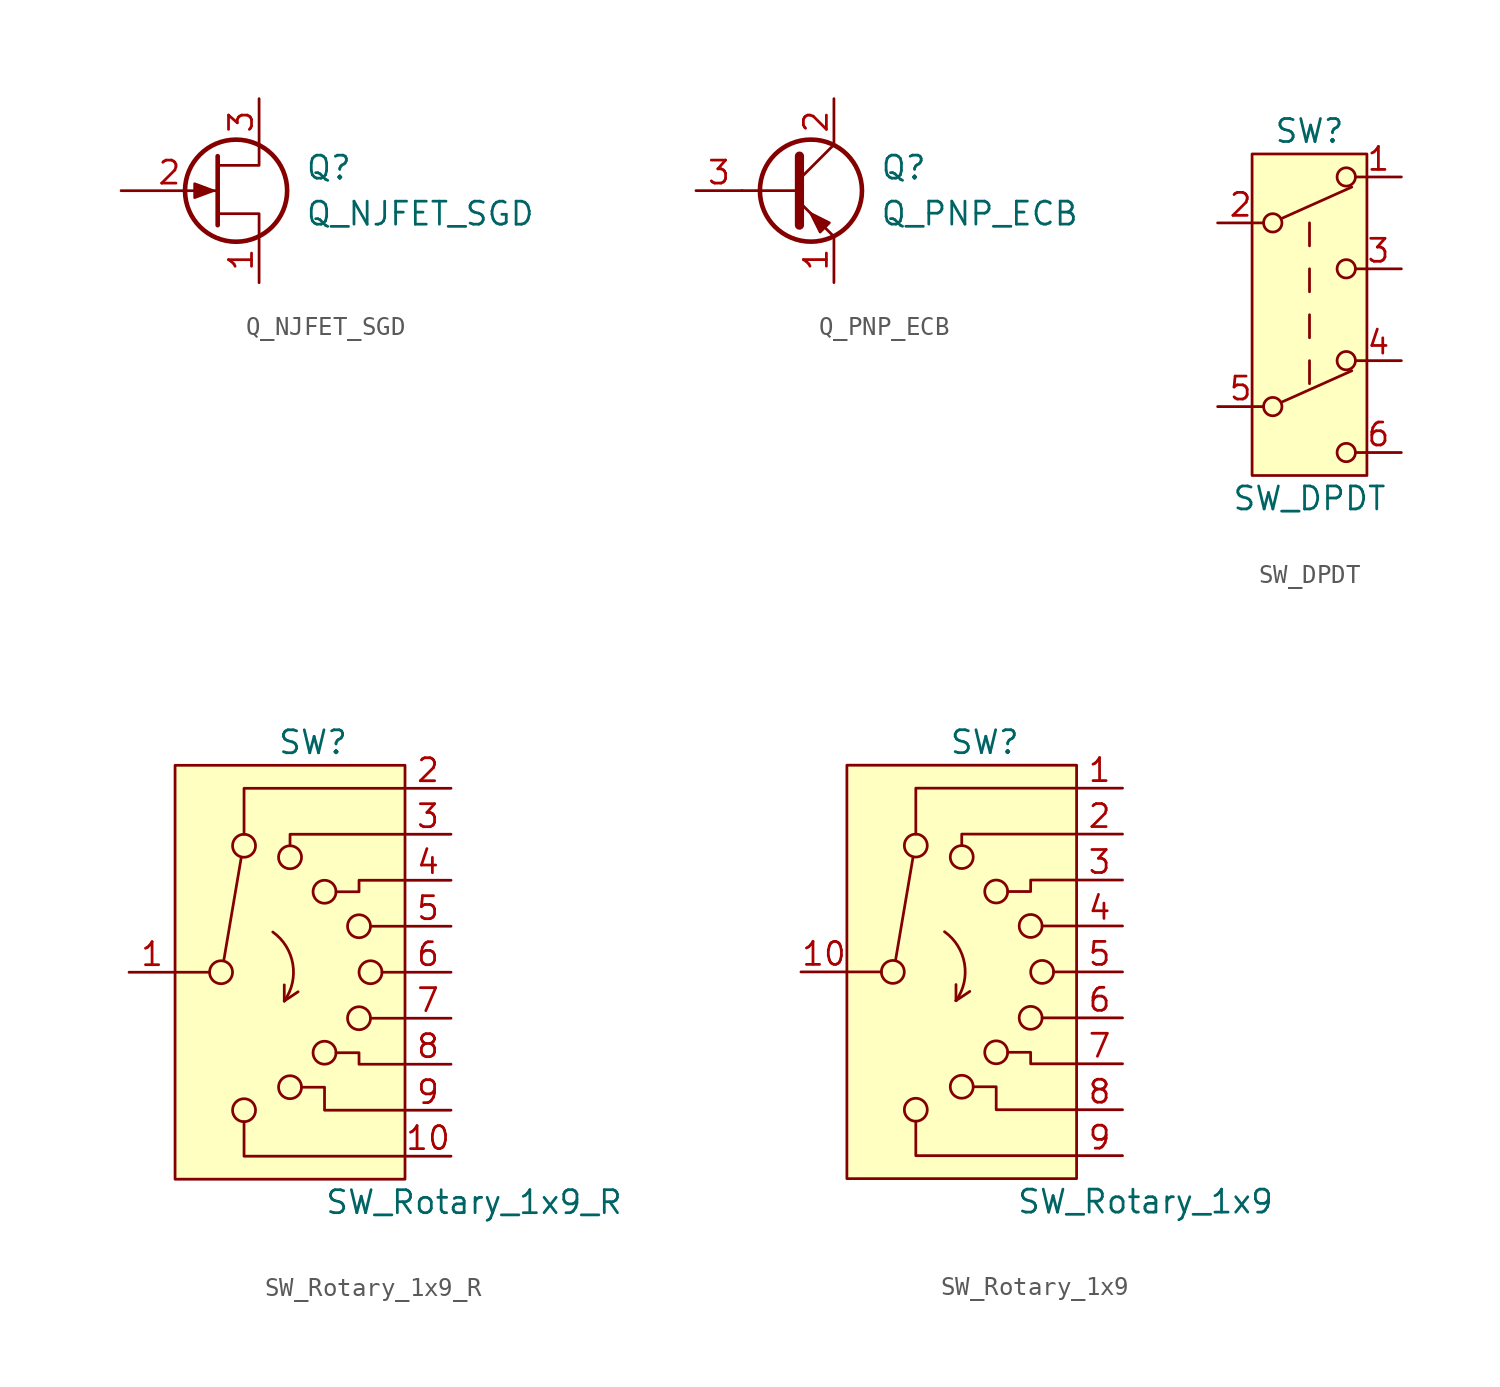
<source format=kicad_sym>
(kicad_symbol_lib
  (version 20241209)
  (generator "kicad_symbol_editor")
  (generator_version "9.0")
  (symbol "Q_NJFET_SGD"
    (pin_names
      (offset 0)
      (hide yes))
    (property "Reference" "Q"
      (at 5.08 1.27 0)
      (effects (font (size 1.27 1.27)) (justify left)))
    (property "Value" "Q_NJFET_SGD"
      (at 5.08 -1.27 0)
      (effects (font (size 1.27 1.27)) (justify left)))
    (symbol "Q_NJFET_SGD_0_1"
      (polyline (pts (xy 0 0) (xy -1.016 0.381) (xy -1.016 -0.381) (xy 0 0)) (stroke (width 0) (type default)) (fill (type outline)))
      (polyline (pts (xy 0.254 1.905) (xy 0.254 -1.905) (xy 0.254 -1.905)) (stroke (width 0.254) (type default)) (fill (type none)))
      (circle (center 1.27 0) (radius 2.819) (stroke (width 0.254) (type default)) (fill (type none)))
      (polyline (pts (xy 2.54 2.54) (xy 2.54 1.397) (xy 0.254 1.397)) (stroke (width 0) (type default)) (fill (type none)))
      (polyline (pts (xy 2.54 -2.54) (xy 2.54 -1.27) (xy 0.254 -1.27)) (stroke (width 0) (type default)) (fill (type none))))
    (symbol "Q_NJFET_SGD_1_1"
      (pin input line (at -5.08 0 0) (length 5.334) (name "G" (effects (font (size 1.27 1.27)))) (number "2" (effects (font (size 1.27 1.27)))))
      (pin passive line (at 2.54 5.08 270) (length 2.54) (name "D" (effects (font (size 1.27 1.27)))) (number "3" (effects (font (size 1.27 1.27)))))
      (pin passive line (at 2.54 -5.08 90) (length 2.54) (name "S" (effects (font (size 1.27 1.27)))) (number "1" (effects (font (size 1.27 1.27)))))))
  (symbol "Q_PNP_ECB"
    (pin_names
      (offset 0)
      (hide yes))
    (property "Reference" "Q"
      (at 5.08 1.27 0)
      (effects (font (size 1.27 1.27)) (justify left)))
    (property "Value" "Q_PNP_ECB"
      (at 5.08 -1.27 0)
      (effects (font (size 1.27 1.27)) (justify left)))
    (symbol "Q_PNP_ECB_0_1"
      (polyline (pts (xy -2.54 0) (xy 0.635 0)) (stroke (width 0) (type default)) (fill (type none)))
      (polyline (pts (xy 0.635 1.905) (xy 0.635 -1.905)) (stroke (width 0.508) (type default)) (fill (type none)))
      (polyline (pts (xy 0.635 0.635) (xy 2.54 2.54)) (stroke (width 0) (type default)) (fill (type none)))
      (polyline (pts (xy 0.635 -0.635) (xy 2.54 -2.54)) (stroke (width 0) (type default)) (fill (type none)))
      (circle (center 1.27 0) (radius 2.819) (stroke (width 0.254) (type default)) (fill (type none)))
      (polyline (pts (xy 2.286 -1.778) (xy 1.778 -2.286) (xy 1.27 -1.27) (xy 2.286 -1.778)) (stroke (width 0) (type default)) (fill (type outline))))
    (symbol "Q_PNP_ECB_1_1"
      (pin input line (at -5.08 0 0) (length 2.54) (name "B" (effects (font (size 1.27 1.27)))) (number "3" (effects (font (size 1.27 1.27)))))
      (pin passive line (at 2.54 5.08 270) (length 2.54) (name "C" (effects (font (size 1.27 1.27)))) (number "2" (effects (font (size 1.27 1.27)))))
      (pin passive line (at 2.54 -5.08 90) (length 2.54) (name "E" (effects (font (size 1.27 1.27)))) (number "1" (effects (font (size 1.27 1.27)))))))
  (symbol "SW_DPDT"
    (pin_names
      (offset 0)
      (hide yes))
    (property "Reference" "SW"
      (at 0 10.16 0)
      (effects (font (size 1.27 1.27))))
    (property "Value" "SW_DPDT"
      (at 0 -10.16 0)
      (effects (font (size 1.27 1.27))))
    (symbol "SW_DPDT_0_0"
      (circle (center -2.032 5.08) (radius 0.508) (stroke (width 0) (type default)) (fill (type none)))
      (circle (center -2.032 -5.08) (radius 0.508) (stroke (width 0) (type default)) (fill (type none)))
      (circle (center 2.032 2.54) (radius 0.508) (stroke (width 0) (type default)) (fill (type none)))
      (circle (center 2.032 -7.62) (radius 0.508) (stroke (width 0) (type default)) (fill (type none))))
    (symbol "SW_DPDT_0_1"
      (polyline (pts (xy -1.524 5.334) (xy 2.337 7.061)) (stroke (width 0) (type default)) (fill (type none)))
      (polyline (pts (xy -1.524 -4.826) (xy 2.337 -3.099)) (stroke (width 0) (type default)) (fill (type none)))
      (polyline (pts (xy 0 3.81) (xy 0 5.08)) (stroke (width 0) (type default)) (fill (type none)))
      (polyline (pts (xy 0 1.27) (xy 0 2.54)) (stroke (width 0) (type default)) (fill (type none)))
      (polyline (pts (xy 0 -1.27) (xy 0 0)) (stroke (width 0) (type default)) (fill (type none)))
      (polyline (pts (xy 0 -3.81) (xy 0 -2.54)) (stroke (width 0) (type default)) (fill (type none)))
      (circle (center 2.032 7.62) (radius 0.508) (stroke (width 0) (type default)) (fill (type none)))
      (circle (center 2.032 -2.54) (radius 0.508) (stroke (width 0) (type default)) (fill (type none))))
    (symbol "SW_DPDT_1_1"
      (rectangle (start -3.175 8.89) (end 3.175 -8.89) (stroke (width 0) (type default)) (fill (type background)))
      (pin passive line (at -5.08 5.08 0) (length 2.54) (name "B" (effects (font (size 1.27 1.27)))) (number "2" (effects (font (size 1.27 1.27)))))
      (pin passive line (at -5.08 -5.08 0) (length 2.54) (name "B" (effects (font (size 1.27 1.27)))) (number "5" (effects (font (size 1.27 1.27)))))
      (pin passive line (at 5.08 7.62 180) (length 2.54) (name "A" (effects (font (size 1.27 1.27)))) (number "1" (effects (font (size 1.27 1.27)))))
      (pin passive line (at 5.08 2.54 180) (length 2.54) (name "C" (effects (font (size 1.27 1.27)))) (number "3" (effects (font (size 1.27 1.27)))))
      (pin passive line (at 5.08 -2.54 180) (length 2.54) (name "A" (effects (font (size 1.27 1.27)))) (number "4" (effects (font (size 1.27 1.27)))))
      (pin passive line (at 5.08 -7.62 180) (length 2.54) (name "C" (effects (font (size 1.27 1.27)))) (number "6" (effects (font (size 1.27 1.27)))))))
  (symbol "SW_Rotary_1x9_R"
    (pin_names
      (hide yes))
    (property "Reference" "SW"
      (at 0 12.7 0)
      (effects (font (size 1.27 1.27))))
    (property "Value" "SW_Rotary_1x9_R"
      (at 8.89 -12.7 0)
      (effects (font (size 1.27 1.27))))
    (symbol "SW_Rotary_1x9_R_0_1"
      (polyline (pts (xy -7.62 0) (xy -5.715 0)) (stroke (width 0) (type default)) (fill (type none)))
      (circle (center -5.08 0) (radius 0.635) (stroke (width 0) (type default)) (fill (type none)))
      (polyline (pts (xy -4.928 0.66) (xy -3.962 6.35)) (stroke (width 0) (type default)) (fill (type none)))
      (circle (center -3.81 6.985) (radius 0.635) (stroke (width 0) (type default)) (fill (type none)))
      (arc (start -2.2226 2.2225) (mid -1.116 0.449) (end -1.5876 -1.5875) (stroke (width 0) (type default)) (fill (type none)))
      (circle (center -3.81 -7.62) (radius 0.635) (stroke (width 0) (type default)) (fill (type none)))
      (polyline (pts (xy -1.588 -1.587) (xy -1.588 -0.699)) (stroke (width 0) (type default)) (fill (type none)))
      (polyline (pts (xy -1.588 -1.587) (xy -1.588 -1.587)) (stroke (width 0) (type default)) (fill (type none)))
      (polyline (pts (xy -1.588 -1.587) (xy -0.826 -1.079)) (stroke (width 0) (type default)) (fill (type none)))
      (circle (center -1.27 6.35) (radius 0.635) (stroke (width 0) (type default)) (fill (type none)))
      (circle (center -1.27 -6.35) (radius 0.635) (stroke (width 0) (type default)) (fill (type none)))
      (circle (center 0.635 4.445) (radius 0.635) (stroke (width 0) (type default)) (fill (type none)))
      (circle (center 0.635 -4.445) (radius 0.635) (stroke (width 0) (type default)) (fill (type none)))
      (circle (center 2.54 2.54) (radius 0.635) (stroke (width 0) (type default)) (fill (type none)))
      (circle (center 2.54 -2.54) (radius 0.635) (stroke (width 0) (type default)) (fill (type none)))
      (circle (center 3.175 0) (radius 0.635) (stroke (width 0) (type default)) (fill (type none)))
      (polyline (pts (xy 5.08 7.62) (xy -1.27 7.62) (xy -1.27 7.62) (xy -1.27 6.985)) (stroke (width 0) (type default)) (fill (type none)))
      (polyline (pts (xy 5.08 5.08) (xy 2.54 5.08) (xy 2.54 4.445) (xy 1.27 4.445)) (stroke (width 0) (type default)) (fill (type none)))
      (polyline (pts (xy 5.08 2.54) (xy 3.175 2.54)) (stroke (width 0) (type default)) (fill (type none)))
      (polyline (pts (xy 5.08 0) (xy 3.81 0)) (stroke (width 0) (type default)) (fill (type none)))
      (polyline (pts (xy 5.08 -2.54) (xy 3.175 -2.54)) (stroke (width 0) (type default)) (fill (type none)))
      (polyline (pts (xy 5.08 -5.08) (xy 2.54 -5.08) (xy 2.54 -4.445) (xy 1.27 -4.445)) (stroke (width 0) (type default)) (fill (type none)))
      (polyline (pts (xy 5.08 -7.62) (xy 0.635 -7.62) (xy 0.635 -6.35) (xy -0.635 -6.35)) (stroke (width 0) (type default)) (fill (type none))))
    (symbol "SW_Rotary_1x9_R_1_1"
      (polyline (pts (xy -7.62 11.43) (xy 5.08 11.43) (xy 5.08 -11.43) (xy -7.62 -11.43) (xy -7.62 11.43) (xy -7.62 11.43)) (stroke (width 0) (type default)) (fill (type background)))
      (polyline (pts (xy 5.08 10.16) (xy -3.81 10.16) (xy -3.81 7.62)) (stroke (width 0) (type default)) (fill (type none)))
      (polyline (pts (xy 5.08 -10.16) (xy -3.81 -10.16) (xy -3.81 -8.255)) (stroke (width 0) (type default)) (fill (type none)))
      (pin passive line (at -10.16 0 0) (length 2.54) (name "" (effects (font (size 1.27 1.27)))) (number "1" (effects (font (size 1.27 1.27)))))
      (pin passive line (at 7.62 10.16 180) (length 2.54) (name "" (effects (font (size 1.27 1.27)))) (number "2" (effects (font (size 1.27 1.27)))))
      (pin passive line (at 7.62 7.62 180) (length 2.54) (name "" (effects (font (size 1.27 1.27)))) (number "3" (effects (font (size 1.27 1.27)))))
      (pin passive line (at 7.62 5.08 180) (length 2.54) (name "" (effects (font (size 1.27 1.27)))) (number "4" (effects (font (size 1.27 1.27)))))
      (pin passive line (at 7.62 2.54 180) (length 2.54) (name "" (effects (font (size 1.27 1.27)))) (number "5" (effects (font (size 1.27 1.27)))))
      (pin passive line (at 7.62 0 180) (length 2.54) (name "" (effects (font (size 1.27 1.27)))) (number "6" (effects (font (size 1.27 1.27)))))
      (pin passive line (at 7.62 -2.54 180) (length 2.54) (name "" (effects (font (size 1.27 1.27)))) (number "7" (effects (font (size 1.27 1.27)))))
      (pin passive line (at 7.62 -5.08 180) (length 2.54) (name "" (effects (font (size 1.27 1.27)))) (number "8" (effects (font (size 1.27 1.27)))))
      (pin passive line (at 7.62 -7.62 180) (length 2.54) (name "" (effects (font (size 1.27 1.27)))) (number "9" (effects (font (size 1.27 1.27)))))
      (pin passive line (at 7.62 -10.16 180) (length 2.54) (name "" (effects (font (size 1.27 1.27)))) (number "10" (effects (font (size 1.27 1.27)))))))
  (symbol "SW_Rotary_1x9"
    (pin_names
      (hide yes))
    (property "Reference" "SW"
      (at 0 12.7 0)
      (effects (font (size 1.27 1.27))))
    (property "Value" "SW_Rotary_1x9"
      (at 8.89 -12.7 0)
      (effects (font (size 1.27 1.27))))
    (symbol "SW_Rotary_1x9_0_1"
      (polyline (pts (xy -7.62 0) (xy -5.715 0)) (stroke (width 0) (type default)) (fill (type none)))
      (circle (center -5.08 0) (radius 0.635) (stroke (width 0) (type default)) (fill (type none)))
      (polyline (pts (xy -4.928 0.66) (xy -3.962 6.35)) (stroke (width 0) (type default)) (fill (type none)))
      (circle (center -3.81 6.985) (radius 0.635) (stroke (width 0) (type default)) (fill (type none)))
      (arc (start -2.2226 2.2225) (mid -1.116 0.449) (end -1.5876 -1.5875) (stroke (width 0) (type default)) (fill (type none)))
      (circle (center -3.81 -7.62) (radius 0.635) (stroke (width 0) (type default)) (fill (type none)))
      (polyline (pts (xy -1.588 -1.587) (xy -1.588 -0.699)) (stroke (width 0) (type default)) (fill (type none)))
      (polyline (pts (xy -1.588 -1.587) (xy -1.588 -1.587)) (stroke (width 0) (type default)) (fill (type none)))
      (polyline (pts (xy -1.588 -1.587) (xy -0.826 -1.079)) (stroke (width 0) (type default)) (fill (type none)))
      (circle (center -1.27 6.35) (radius 0.635) (stroke (width 0) (type default)) (fill (type none)))
      (circle (center -1.27 -6.35) (radius 0.635) (stroke (width 0) (type default)) (fill (type none)))
      (circle (center 0.635 4.445) (radius 0.635) (stroke (width 0) (type default)) (fill (type none)))
      (circle (center 0.635 -4.445) (radius 0.635) (stroke (width 0) (type default)) (fill (type none)))
      (circle (center 2.54 2.54) (radius 0.635) (stroke (width 0) (type default)) (fill (type none)))
      (circle (center 2.54 -2.54) (radius 0.635) (stroke (width 0) (type default)) (fill (type none)))
      (circle (center 3.175 0) (radius 0.635) (stroke (width 0) (type default)) (fill (type none)))
      (polyline (pts (xy 5.08 7.62) (xy -1.27 7.62) (xy -1.27 7.62) (xy -1.27 6.985)) (stroke (width 0) (type default)) (fill (type none)))
      (polyline (pts (xy 5.08 5.08) (xy 2.54 5.08) (xy 2.54 4.445) (xy 1.27 4.445)) (stroke (width 0) (type default)) (fill (type none)))
      (polyline (pts (xy 5.08 2.54) (xy 3.175 2.54)) (stroke (width 0) (type default)) (fill (type none)))
      (polyline (pts (xy 5.08 0) (xy 3.81 0)) (stroke (width 0) (type default)) (fill (type none)))
      (polyline (pts (xy 5.08 -2.54) (xy 3.175 -2.54)) (stroke (width 0) (type default)) (fill (type none)))
      (polyline (pts (xy 5.08 -5.08) (xy 2.54 -5.08) (xy 2.54 -4.445) (xy 1.27 -4.445)) (stroke (width 0) (type default)) (fill (type none)))
      (polyline (pts (xy 5.08 -7.62) (xy 0.635 -7.62) (xy 0.635 -6.35) (xy -0.635 -6.35)) (stroke (width 0) (type default)) (fill (type none))))
    (symbol "SW_Rotary_1x9_1_1"
      (polyline (pts (xy -7.62 11.43) (xy 5.08 11.43) (xy 5.08 -11.43) (xy -7.62 -11.43) (xy -7.62 11.43) (xy -7.62 11.43)) (stroke (width 0) (type default)) (fill (type background)))
      (polyline (pts (xy 5.08 10.16) (xy -3.81 10.16) (xy -3.81 7.62)) (stroke (width 0) (type default)) (fill (type none)))
      (polyline (pts (xy 5.08 -10.16) (xy -3.81 -10.16) (xy -3.81 -8.255)) (stroke (width 0) (type default)) (fill (type none)))
      (pin passive line (at -10.16 0 0) (length 2.54) (name "" (effects (font (size 1.27 1.27)))) (number "10" (effects (font (size 1.27 1.27)))))
      (pin passive line (at 7.62 10.16 180) (length 2.54) (name "" (effects (font (size 1.27 1.27)))) (number "1" (effects (font (size 1.27 1.27)))))
      (pin passive line (at 7.62 7.62 180) (length 2.54) (name "" (effects (font (size 1.27 1.27)))) (number "2" (effects (font (size 1.27 1.27)))))
      (pin passive line (at 7.62 5.08 180) (length 2.54) (name "" (effects (font (size 1.27 1.27)))) (number "3" (effects (font (size 1.27 1.27)))))
      (pin passive line (at 7.62 2.54 180) (length 2.54) (name "" (effects (font (size 1.27 1.27)))) (number "4" (effects (font (size 1.27 1.27)))))
      (pin passive line (at 7.62 0 180) (length 2.54) (name "" (effects (font (size 1.27 1.27)))) (number "5" (effects (font (size 1.27 1.27)))))
      (pin passive line (at 7.62 -2.54 180) (length 2.54) (name "" (effects (font (size 1.27 1.27)))) (number "6" (effects (font (size 1.27 1.27)))))
      (pin passive line (at 7.62 -5.08 180) (length 2.54) (name "" (effects (font (size 1.27 1.27)))) (number "7" (effects (font (size 1.27 1.27)))))
      (pin passive line (at 7.62 -7.62 180) (length 2.54) (name "" (effects (font (size 1.27 1.27)))) (number "8" (effects (font (size 1.27 1.27)))))
      (pin passive line (at 7.62 -10.16 180) (length 2.54) (name "" (effects (font (size 1.27 1.27)))) (number "9" (effects (font (size 1.27 1.27))))))))
</source>
